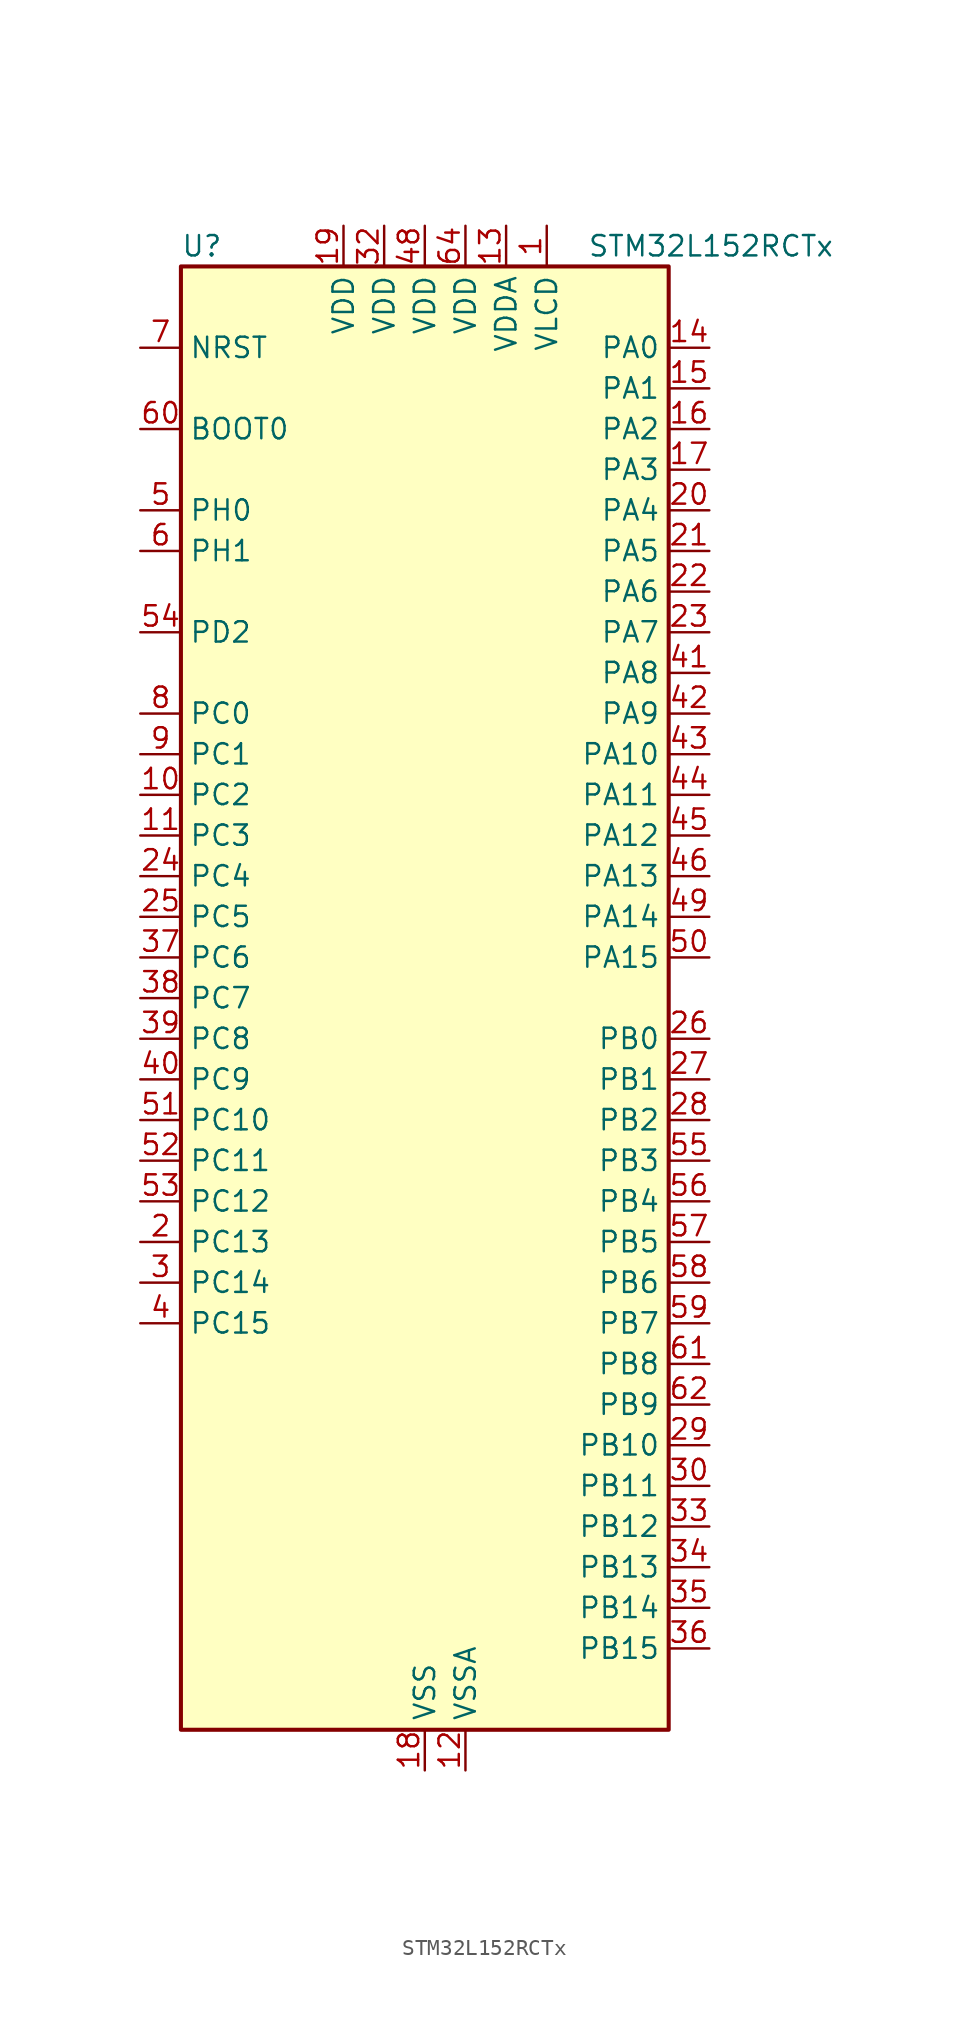
<source format=kicad_sym>
(kicad_symbol_lib
  (version 20241209)
  (generator "kicad_symbol_editor")
  (generator_version "9.0")
  (symbol "STM32L152RCTx"
    (property "Reference" "U"
      (at -15.24 46.99 0)
      (effects (font (size 1.27 1.27)) (justify left)))
    (property "Value" "STM32L152RCTx"
      (at 10.16 46.99 0)
      (effects (font (size 1.27 1.27)) (justify left)))
    (symbol "STM32L152RCTx_0_1"
      (rectangle (start -15.24 -45.72) (end 15.24 45.72) (stroke (width 0.254) (type default)) (fill (type background))))
    (symbol "STM32L152RCTx_1_1"
      (pin input line (at -17.78 40.64 0) (length 2.54) (name "NRST" (effects (font (size 1.27 1.27)))) (number "7" (effects (font (size 1.27 1.27)))))
      (pin input line (at -17.78 35.56 0) (length 2.54) (name "BOOT0" (effects (font (size 1.27 1.27)))) (number "60" (effects (font (size 1.27 1.27)))))
      (pin bidirectional line (at -17.78 30.48 0) (length 2.54) (name "PH0" (effects (font (size 1.27 1.27)))) (number "5" (effects (font (size 1.27 1.27)))) (alternate "RCC_OSC_IN" bidirectional line))
      (pin bidirectional line (at -17.78 27.94 0) (length 2.54) (name "PH1" (effects (font (size 1.27 1.27)))) (number "6" (effects (font (size 1.27 1.27)))) (alternate "RCC_OSC_OUT" bidirectional line))
      (pin bidirectional line (at -17.78 22.86 0) (length 2.54) (name "PD2" (effects (font (size 1.27 1.27)))) (number "54" (effects (font (size 1.27 1.27)))) (alternate "LCD_COM7" bidirectional line) (alternate "LCD_SEG31" bidirectional line) (alternate "TIM3_ETR" bidirectional line) (alternate "TIMX_IC3" bidirectional line))
      (pin bidirectional line (at -17.78 17.78 0) (length 2.54) (name "PC0" (effects (font (size 1.27 1.27)))) (number "8" (effects (font (size 1.27 1.27)))) (alternate "ADC_IN10" bidirectional line) (alternate "COMP1_INP" bidirectional line) (alternate "LCD_SEG18" bidirectional line) (alternate "TIMX_IC1" bidirectional line) (alternate "TS_G8_IO1" bidirectional line))
      (pin bidirectional line (at -17.78 15.24 0) (length 2.54) (name "PC1" (effects (font (size 1.27 1.27)))) (number "9" (effects (font (size 1.27 1.27)))) (alternate "ADC_IN11" bidirectional line) (alternate "COMP1_INP" bidirectional line) (alternate "LCD_SEG19" bidirectional line) (alternate "TIMX_IC2" bidirectional line) (alternate "TS_G8_IO2" bidirectional line))
      (pin bidirectional line (at -17.78 12.7 0) (length 2.54) (name "PC2" (effects (font (size 1.27 1.27)))) (number "10" (effects (font (size 1.27 1.27)))) (alternate "ADC_IN12" bidirectional line) (alternate "COMP1_INP" bidirectional line) (alternate "LCD_SEG20" bidirectional line) (alternate "TIMX_IC3" bidirectional line) (alternate "TS_G8_IO3" bidirectional line))
      (pin bidirectional line (at -17.78 10.16 0) (length 2.54) (name "PC3" (effects (font (size 1.27 1.27)))) (number "11" (effects (font (size 1.27 1.27)))) (alternate "ADC_IN13" bidirectional line) (alternate "COMP1_INP" bidirectional line) (alternate "LCD_SEG21" bidirectional line) (alternate "TIMX_IC4" bidirectional line) (alternate "TS_G8_IO4" bidirectional line))
      (pin bidirectional line (at -17.78 7.62 0) (length 2.54) (name "PC4" (effects (font (size 1.27 1.27)))) (number "24" (effects (font (size 1.27 1.27)))) (alternate "ADC_IN14" bidirectional line) (alternate "COMP1_INP" bidirectional line) (alternate "LCD_SEG22" bidirectional line) (alternate "TIMX_IC1" bidirectional line) (alternate "TS_G9_IO1" bidirectional line))
      (pin bidirectional line (at -17.78 5.08 0) (length 2.54) (name "PC5" (effects (font (size 1.27 1.27)))) (number "25" (effects (font (size 1.27 1.27)))) (alternate "ADC_IN15" bidirectional line) (alternate "COMP1_INP" bidirectional line) (alternate "LCD_SEG23" bidirectional line) (alternate "TIMX_IC2" bidirectional line) (alternate "TS_G9_IO2" bidirectional line))
      (pin bidirectional line (at -17.78 2.54 0) (length 2.54) (name "PC6" (effects (font (size 1.27 1.27)))) (number "37" (effects (font (size 1.27 1.27)))) (alternate "I2S2_MCK" bidirectional line) (alternate "LCD_SEG24" bidirectional line) (alternate "TIM3_CH1" bidirectional line) (alternate "TIMX_IC3" bidirectional line) (alternate "TS_G10_IO1" bidirectional line))
      (pin bidirectional line (at -17.78 0 0) (length 2.54) (name "PC7" (effects (font (size 1.27 1.27)))) (number "38" (effects (font (size 1.27 1.27)))) (alternate "I2S3_MCK" bidirectional line) (alternate "LCD_SEG25" bidirectional line) (alternate "TIM3_CH2" bidirectional line) (alternate "TIMX_IC4" bidirectional line) (alternate "TS_G10_IO2" bidirectional line))
      (pin bidirectional line (at -17.78 -2.54 0) (length 2.54) (name "PC8" (effects (font (size 1.27 1.27)))) (number "39" (effects (font (size 1.27 1.27)))) (alternate "LCD_SEG26" bidirectional line) (alternate "TIM3_CH3" bidirectional line) (alternate "TIMX_IC1" bidirectional line) (alternate "TS_G10_IO3" bidirectional line))
      (pin bidirectional line (at -17.78 -5.08 0) (length 2.54) (name "PC9" (effects (font (size 1.27 1.27)))) (number "40" (effects (font (size 1.27 1.27)))) (alternate "DAC_EXTI9" bidirectional line) (alternate "LCD_SEG27" bidirectional line) (alternate "TIM3_CH4" bidirectional line) (alternate "TIMX_IC2" bidirectional line) (alternate "TS_G10_IO4" bidirectional line))
      (pin bidirectional line (at -17.78 -7.62 0) (length 2.54) (name "PC10" (effects (font (size 1.27 1.27)))) (number "51" (effects (font (size 1.27 1.27)))) (alternate "I2S3_CK" bidirectional line) (alternate "LCD_COM4" bidirectional line) (alternate "LCD_SEG28" bidirectional line) (alternate "SPI3_SCK" bidirectional line) (alternate "TIMX_IC3" bidirectional line) (alternate "USART3_TX" bidirectional line))
      (pin bidirectional line (at -17.78 -10.16 0) (length 2.54) (name "PC11" (effects (font (size 1.27 1.27)))) (number "52" (effects (font (size 1.27 1.27)))) (alternate "ADC_EXTI11" bidirectional line) (alternate "LCD_COM5" bidirectional line) (alternate "LCD_SEG29" bidirectional line) (alternate "SPI3_MISO" bidirectional line) (alternate "TIMX_IC4" bidirectional line) (alternate "USART3_RX" bidirectional line))
      (pin bidirectional line (at -17.78 -12.7 0) (length 2.54) (name "PC12" (effects (font (size 1.27 1.27)))) (number "53" (effects (font (size 1.27 1.27)))) (alternate "I2S3_SD" bidirectional line) (alternate "LCD_COM6" bidirectional line) (alternate "LCD_SEG30" bidirectional line) (alternate "SPI3_MOSI" bidirectional line) (alternate "TIMX_IC1" bidirectional line) (alternate "USART3_CK" bidirectional line))
      (pin bidirectional line (at -17.78 -15.24 0) (length 2.54) (name "PC13" (effects (font (size 1.27 1.27)))) (number "2" (effects (font (size 1.27 1.27)))) (alternate "RTC_OUT_ALARM" bidirectional line) (alternate "RTC_OUT_CALIB" bidirectional line) (alternate "RTC_TAMP1" bidirectional line) (alternate "RTC_TS" bidirectional line) (alternate "SYS_WKUP2" bidirectional line) (alternate "TIMX_IC2" bidirectional line))
      (pin bidirectional line (at -17.78 -17.78 0) (length 2.54) (name "PC14" (effects (font (size 1.27 1.27)))) (number "3" (effects (font (size 1.27 1.27)))) (alternate "RCC_OSC32_IN" bidirectional line) (alternate "TIMX_IC3" bidirectional line))
      (pin bidirectional line (at -17.78 -20.32 0) (length 2.54) (name "PC15" (effects (font (size 1.27 1.27)))) (number "4" (effects (font (size 1.27 1.27)))) (alternate "ADC_EXTI15" bidirectional line) (alternate "RCC_OSC32_OUT" bidirectional line) (alternate "TIMX_IC4" bidirectional line))
      (pin power_in line (at -5.08 48.26 270) (length 2.54) (name "VDD" (effects (font (size 1.27 1.27)))) (number "19" (effects (font (size 1.27 1.27)))))
      (pin power_in line (at -2.54 48.26 270) (length 2.54) (name "VDD" (effects (font (size 1.27 1.27)))) (number "32" (effects (font (size 1.27 1.27)))))
      (pin power_in line (at 0 48.26 270) (length 2.54) (name "VDD" (effects (font (size 1.27 1.27)))) (number "48" (effects (font (size 1.27 1.27)))))
      (pin power_in line (at 0 -48.26 90) (length 2.54) (name "VSS" (effects (font (size 1.27 1.27)))) (number "18" (effects (font (size 1.27 1.27)))))
      (pin passive line (at 0 -48.26 90) (length 2.54) (hide yes) (name "VSS" (effects (font (size 1.27 1.27)))) (number "31" (effects (font (size 1.27 1.27)))))
      (pin passive line (at 0 -48.26 90) (length 2.54) (hide yes) (name "VSS" (effects (font (size 1.27 1.27)))) (number "47" (effects (font (size 1.27 1.27)))))
      (pin passive line (at 0 -48.26 90) (length 2.54) (hide yes) (name "VSS" (effects (font (size 1.27 1.27)))) (number "63" (effects (font (size 1.27 1.27)))))
      (pin power_in line (at 2.54 48.26 270) (length 2.54) (name "VDD" (effects (font (size 1.27 1.27)))) (number "64" (effects (font (size 1.27 1.27)))))
      (pin power_in line (at 2.54 -48.26 90) (length 2.54) (name "VSSA" (effects (font (size 1.27 1.27)))) (number "12" (effects (font (size 1.27 1.27)))))
      (pin power_in line (at 5.08 48.26 270) (length 2.54) (name "VDDA" (effects (font (size 1.27 1.27)))) (number "13" (effects (font (size 1.27 1.27)))))
      (pin power_in line (at 7.62 48.26 270) (length 2.54) (name "VLCD" (effects (font (size 1.27 1.27)))) (number "1" (effects (font (size 1.27 1.27)))))
      (pin bidirectional line (at 17.78 40.64 180) (length 2.54) (name "PA0" (effects (font (size 1.27 1.27)))) (number "14" (effects (font (size 1.27 1.27)))) (alternate "ADC_IN0" bidirectional line) (alternate "COMP1_INP" bidirectional line) (alternate "RTC_TAMP2" bidirectional line) (alternate "SYS_WKUP1" bidirectional line) (alternate "TIM2_CH1" bidirectional line) (alternate "TIM2_ETR" bidirectional line) (alternate "TIM5_CH1" bidirectional line) (alternate "TIMX_IC1" bidirectional line) (alternate "TS_G1_IO1" bidirectional line) (alternate "USART2_CTS" bidirectional line))
      (pin bidirectional line (at 17.78 38.1 180) (length 2.54) (name "PA1" (effects (font (size 1.27 1.27)))) (number "15" (effects (font (size 1.27 1.27)))) (alternate "ADC_IN1" bidirectional line) (alternate "COMP1_INP" bidirectional line) (alternate "LCD_SEG0" bidirectional line) (alternate "OPAMP1_VINP" bidirectional line) (alternate "TIM2_CH2" bidirectional line) (alternate "TIM5_CH2" bidirectional line) (alternate "TIMX_IC2" bidirectional line) (alternate "TS_G1_IO2" bidirectional line) (alternate "USART2_RTS" bidirectional line))
      (pin bidirectional line (at 17.78 35.56 180) (length 2.54) (name "PA2" (effects (font (size 1.27 1.27)))) (number "16" (effects (font (size 1.27 1.27)))) (alternate "ADC_IN2" bidirectional line) (alternate "COMP1_INP" bidirectional line) (alternate "LCD_SEG1" bidirectional line) (alternate "OPAMP1_VINM" bidirectional line) (alternate "TIM2_CH3" bidirectional line) (alternate "TIM5_CH3" bidirectional line) (alternate "TIM9_CH1" bidirectional line) (alternate "TIMX_IC3" bidirectional line) (alternate "TS_G1_IO3" bidirectional line) (alternate "USART2_TX" bidirectional line))
      (pin bidirectional line (at 17.78 33.02 180) (length 2.54) (name "PA3" (effects (font (size 1.27 1.27)))) (number "17" (effects (font (size 1.27 1.27)))) (alternate "ADC_IN3" bidirectional line) (alternate "COMP1_INP" bidirectional line) (alternate "LCD_SEG2" bidirectional line) (alternate "OPAMP1_VOUT" bidirectional line) (alternate "TIM2_CH4" bidirectional line) (alternate "TIM5_CH4" bidirectional line) (alternate "TIM9_CH2" bidirectional line) (alternate "TIMX_IC4" bidirectional line) (alternate "TS_G1_IO4" bidirectional line) (alternate "USART2_RX" bidirectional line))
      (pin bidirectional line (at 17.78 30.48 180) (length 2.54) (name "PA4" (effects (font (size 1.27 1.27)))) (number "20" (effects (font (size 1.27 1.27)))) (alternate "ADC_IN4" bidirectional line) (alternate "COMP1_INP" bidirectional line) (alternate "DAC_OUT1" bidirectional line) (alternate "I2S3_WS" bidirectional line) (alternate "SPI1_NSS" bidirectional line) (alternate "SPI3_NSS" bidirectional line) (alternate "TIMX_IC1" bidirectional line) (alternate "USART2_CK" bidirectional line))
      (pin bidirectional line (at 17.78 27.94 180) (length 2.54) (name "PA5" (effects (font (size 1.27 1.27)))) (number "21" (effects (font (size 1.27 1.27)))) (alternate "ADC_IN5" bidirectional line) (alternate "COMP1_INP" bidirectional line) (alternate "DAC_OUT2" bidirectional line) (alternate "SPI1_SCK" bidirectional line) (alternate "TIM2_CH1" bidirectional line) (alternate "TIM2_ETR" bidirectional line) (alternate "TIMX_IC2" bidirectional line))
      (pin bidirectional line (at 17.78 25.4 180) (length 2.54) (name "PA6" (effects (font (size 1.27 1.27)))) (number "22" (effects (font (size 1.27 1.27)))) (alternate "ADC_IN6" bidirectional line) (alternate "COMP1_INP" bidirectional line) (alternate "LCD_SEG3" bidirectional line) (alternate "OPAMP2_VINP" bidirectional line) (alternate "SPI1_MISO" bidirectional line) (alternate "TIM10_CH1" bidirectional line) (alternate "TIM3_CH1" bidirectional line) (alternate "TIMX_IC3" bidirectional line) (alternate "TS_G2_IO1" bidirectional line))
      (pin bidirectional line (at 17.78 22.86 180) (length 2.54) (name "PA7" (effects (font (size 1.27 1.27)))) (number "23" (effects (font (size 1.27 1.27)))) (alternate "ADC_IN7" bidirectional line) (alternate "COMP1_INP" bidirectional line) (alternate "LCD_SEG4" bidirectional line) (alternate "OPAMP2_VINM" bidirectional line) (alternate "SPI1_MOSI" bidirectional line) (alternate "TIM11_CH1" bidirectional line) (alternate "TIM3_CH2" bidirectional line) (alternate "TIMX_IC4" bidirectional line) (alternate "TS_G2_IO2" bidirectional line))
      (pin bidirectional line (at 17.78 20.32 180) (length 2.54) (name "PA8" (effects (font (size 1.27 1.27)))) (number "41" (effects (font (size 1.27 1.27)))) (alternate "LCD_COM0" bidirectional line) (alternate "RCC_MCO" bidirectional line) (alternate "TIMX_IC1" bidirectional line) (alternate "TS_G4_IO1" bidirectional line) (alternate "USART1_CK" bidirectional line))
      (pin bidirectional line (at 17.78 17.78 180) (length 2.54) (name "PA9" (effects (font (size 1.27 1.27)))) (number "42" (effects (font (size 1.27 1.27)))) (alternate "DAC_EXTI9" bidirectional line) (alternate "LCD_COM1" bidirectional line) (alternate "TIMX_IC2" bidirectional line) (alternate "TS_G4_IO2" bidirectional line) (alternate "USART1_TX" bidirectional line))
      (pin bidirectional line (at 17.78 15.24 180) (length 2.54) (name "PA10" (effects (font (size 1.27 1.27)))) (number "43" (effects (font (size 1.27 1.27)))) (alternate "LCD_COM2" bidirectional line) (alternate "TIMX_IC3" bidirectional line) (alternate "TS_G4_IO3" bidirectional line) (alternate "USART1_RX" bidirectional line))
      (pin bidirectional line (at 17.78 12.7 180) (length 2.54) (name "PA11" (effects (font (size 1.27 1.27)))) (number "44" (effects (font (size 1.27 1.27)))) (alternate "ADC_EXTI11" bidirectional line) (alternate "SPI1_MISO" bidirectional line) (alternate "TIMX_IC4" bidirectional line) (alternate "USART1_CTS" bidirectional line) (alternate "USB_DM" bidirectional line))
      (pin bidirectional line (at 17.78 10.16 180) (length 2.54) (name "PA12" (effects (font (size 1.27 1.27)))) (number "45" (effects (font (size 1.27 1.27)))) (alternate "SPI1_MOSI" bidirectional line) (alternate "TIMX_IC1" bidirectional line) (alternate "USART1_RTS" bidirectional line) (alternate "USB_DP" bidirectional line))
      (pin bidirectional line (at 17.78 7.62 180) (length 2.54) (name "PA13" (effects (font (size 1.27 1.27)))) (number "46" (effects (font (size 1.27 1.27)))) (alternate "SYS_JTMS-SWDIO" bidirectional line) (alternate "TIMX_IC2" bidirectional line) (alternate "TS_G5_IO1" bidirectional line))
      (pin bidirectional line (at 17.78 5.08 180) (length 2.54) (name "PA14" (effects (font (size 1.27 1.27)))) (number "49" (effects (font (size 1.27 1.27)))) (alternate "SYS_JTCK-SWCLK" bidirectional line) (alternate "TIMX_IC3" bidirectional line) (alternate "TS_G5_IO2" bidirectional line))
      (pin bidirectional line (at 17.78 2.54 180) (length 2.54) (name "PA15" (effects (font (size 1.27 1.27)))) (number "50" (effects (font (size 1.27 1.27)))) (alternate "ADC_EXTI15" bidirectional line) (alternate "I2S3_WS" bidirectional line) (alternate "LCD_SEG17" bidirectional line) (alternate "SPI1_NSS" bidirectional line) (alternate "SPI3_NSS" bidirectional line) (alternate "SYS_JTDI" bidirectional line) (alternate "TIM2_CH1" bidirectional line) (alternate "TIM2_ETR" bidirectional line) (alternate "TIMX_IC4" bidirectional line) (alternate "TS_G5_IO3" bidirectional line))
      (pin bidirectional line (at 17.78 -2.54 180) (length 2.54) (name "PB0" (effects (font (size 1.27 1.27)))) (number "26" (effects (font (size 1.27 1.27)))) (alternate "ADC_IN8" bidirectional line) (alternate "COMP1_INP" bidirectional line) (alternate "LCD_SEG5" bidirectional line) (alternate "OPAMP2_VOUT" bidirectional line) (alternate "SYS_V_REF_OUT" bidirectional line) (alternate "TIM3_CH3" bidirectional line) (alternate "TS_G3_IO1" bidirectional line))
      (pin bidirectional line (at 17.78 -5.08 180) (length 2.54) (name "PB1" (effects (font (size 1.27 1.27)))) (number "27" (effects (font (size 1.27 1.27)))) (alternate "ADC_IN9" bidirectional line) (alternate "COMP1_INP" bidirectional line) (alternate "LCD_SEG6" bidirectional line) (alternate "SYS_V_REF_OUT" bidirectional line) (alternate "TIM3_CH4" bidirectional line) (alternate "TS_G3_IO2" bidirectional line))
      (pin bidirectional line (at 17.78 -7.62 180) (length 2.54) (name "PB2" (effects (font (size 1.27 1.27)))) (number "28" (effects (font (size 1.27 1.27)))) (alternate "TS_G3_IO3" bidirectional line))
      (pin bidirectional line (at 17.78 -10.16 180) (length 2.54) (name "PB3" (effects (font (size 1.27 1.27)))) (number "55" (effects (font (size 1.27 1.27)))) (alternate "COMP2_INM" bidirectional line) (alternate "I2S3_CK" bidirectional line) (alternate "LCD_SEG7" bidirectional line) (alternate "SPI1_SCK" bidirectional line) (alternate "SPI3_SCK" bidirectional line) (alternate "SYS_JTDO-TRACESWO" bidirectional line) (alternate "TIM2_CH2" bidirectional line))
      (pin bidirectional line (at 17.78 -12.7 180) (length 2.54) (name "PB4" (effects (font (size 1.27 1.27)))) (number "56" (effects (font (size 1.27 1.27)))) (alternate "COMP2_INP" bidirectional line) (alternate "LCD_SEG8" bidirectional line) (alternate "SPI1_MISO" bidirectional line) (alternate "SPI3_MISO" bidirectional line) (alternate "SYS_JTRST" bidirectional line) (alternate "TIM3_CH1" bidirectional line) (alternate "TS_G6_IO1" bidirectional line))
      (pin bidirectional line (at 17.78 -15.24 180) (length 2.54) (name "PB5" (effects (font (size 1.27 1.27)))) (number "57" (effects (font (size 1.27 1.27)))) (alternate "COMP2_INP" bidirectional line) (alternate "I2C1_SMBA" bidirectional line) (alternate "I2S3_SD" bidirectional line) (alternate "LCD_SEG9" bidirectional line) (alternate "SPI1_MOSI" bidirectional line) (alternate "SPI3_MOSI" bidirectional line) (alternate "TIM3_CH2" bidirectional line) (alternate "TS_G6_IO2" bidirectional line))
      (pin bidirectional line (at 17.78 -17.78 180) (length 2.54) (name "PB6" (effects (font (size 1.27 1.27)))) (number "58" (effects (font (size 1.27 1.27)))) (alternate "COMP2_INP" bidirectional line) (alternate "I2C1_SCL" bidirectional line) (alternate "TIM4_CH1" bidirectional line) (alternate "TS_G6_IO3" bidirectional line) (alternate "USART1_TX" bidirectional line))
      (pin bidirectional line (at 17.78 -20.32 180) (length 2.54) (name "PB7" (effects (font (size 1.27 1.27)))) (number "59" (effects (font (size 1.27 1.27)))) (alternate "COMP2_INP" bidirectional line) (alternate "I2C1_SDA" bidirectional line) (alternate "SYS_PVD_IN" bidirectional line) (alternate "TIM4_CH2" bidirectional line) (alternate "TS_G6_IO4" bidirectional line) (alternate "USART1_RX" bidirectional line))
      (pin bidirectional line (at 17.78 -22.86 180) (length 2.54) (name "PB8" (effects (font (size 1.27 1.27)))) (number "61" (effects (font (size 1.27 1.27)))) (alternate "I2C1_SCL" bidirectional line) (alternate "LCD_SEG16" bidirectional line) (alternate "TIM10_CH1" bidirectional line) (alternate "TIM4_CH3" bidirectional line))
      (pin bidirectional line (at 17.78 -25.4 180) (length 2.54) (name "PB9" (effects (font (size 1.27 1.27)))) (number "62" (effects (font (size 1.27 1.27)))) (alternate "DAC_EXTI9" bidirectional line) (alternate "I2C1_SDA" bidirectional line) (alternate "LCD_COM3" bidirectional line) (alternate "TIM11_CH1" bidirectional line) (alternate "TIM4_CH4" bidirectional line))
      (pin bidirectional line (at 17.78 -27.94 180) (length 2.54) (name "PB10" (effects (font (size 1.27 1.27)))) (number "29" (effects (font (size 1.27 1.27)))) (alternate "I2C2_SCL" bidirectional line) (alternate "LCD_SEG10" bidirectional line) (alternate "TIM2_CH3" bidirectional line) (alternate "USART3_TX" bidirectional line))
      (pin bidirectional line (at 17.78 -30.48 180) (length 2.54) (name "PB11" (effects (font (size 1.27 1.27)))) (number "30" (effects (font (size 1.27 1.27)))) (alternate "ADC_EXTI11" bidirectional line) (alternate "I2C2_SDA" bidirectional line) (alternate "LCD_SEG11" bidirectional line) (alternate "TIM2_CH4" bidirectional line) (alternate "USART3_RX" bidirectional line))
      (pin bidirectional line (at 17.78 -33.02 180) (length 2.54) (name "PB12" (effects (font (size 1.27 1.27)))) (number "33" (effects (font (size 1.27 1.27)))) (alternate "ADC_IN18" bidirectional line) (alternate "COMP1_INP" bidirectional line) (alternate "I2C2_SMBA" bidirectional line) (alternate "I2S2_WS" bidirectional line) (alternate "LCD_SEG12" bidirectional line) (alternate "SPI2_NSS" bidirectional line) (alternate "TIM10_CH1" bidirectional line) (alternate "TS_G7_IO1" bidirectional line) (alternate "USART3_CK" bidirectional line))
      (pin bidirectional line (at 17.78 -35.56 180) (length 2.54) (name "PB13" (effects (font (size 1.27 1.27)))) (number "34" (effects (font (size 1.27 1.27)))) (alternate "ADC_IN19" bidirectional line) (alternate "COMP1_INP" bidirectional line) (alternate "I2S2_CK" bidirectional line) (alternate "LCD_SEG13" bidirectional line) (alternate "SPI2_SCK" bidirectional line) (alternate "TIM9_CH1" bidirectional line) (alternate "TS_G7_IO2" bidirectional line) (alternate "USART3_CTS" bidirectional line))
      (pin bidirectional line (at 17.78 -38.1 180) (length 2.54) (name "PB14" (effects (font (size 1.27 1.27)))) (number "35" (effects (font (size 1.27 1.27)))) (alternate "ADC_IN20" bidirectional line) (alternate "COMP1_INP" bidirectional line) (alternate "LCD_SEG14" bidirectional line) (alternate "SPI2_MISO" bidirectional line) (alternate "TIM9_CH2" bidirectional line) (alternate "TS_G7_IO3" bidirectional line) (alternate "USART3_RTS" bidirectional line))
      (pin bidirectional line (at 17.78 -40.64 180) (length 2.54) (name "PB15" (effects (font (size 1.27 1.27)))) (number "36" (effects (font (size 1.27 1.27)))) (alternate "ADC_EXTI15" bidirectional line) (alternate "ADC_IN21" bidirectional line) (alternate "COMP1_INP" bidirectional line) (alternate "I2S2_SD" bidirectional line) (alternate "LCD_SEG15" bidirectional line) (alternate "RTC_REFIN" bidirectional line) (alternate "SPI2_MOSI" bidirectional line) (alternate "TIM11_CH1" bidirectional line) (alternate "TS_G7_IO4" bidirectional line)))))
</source>
